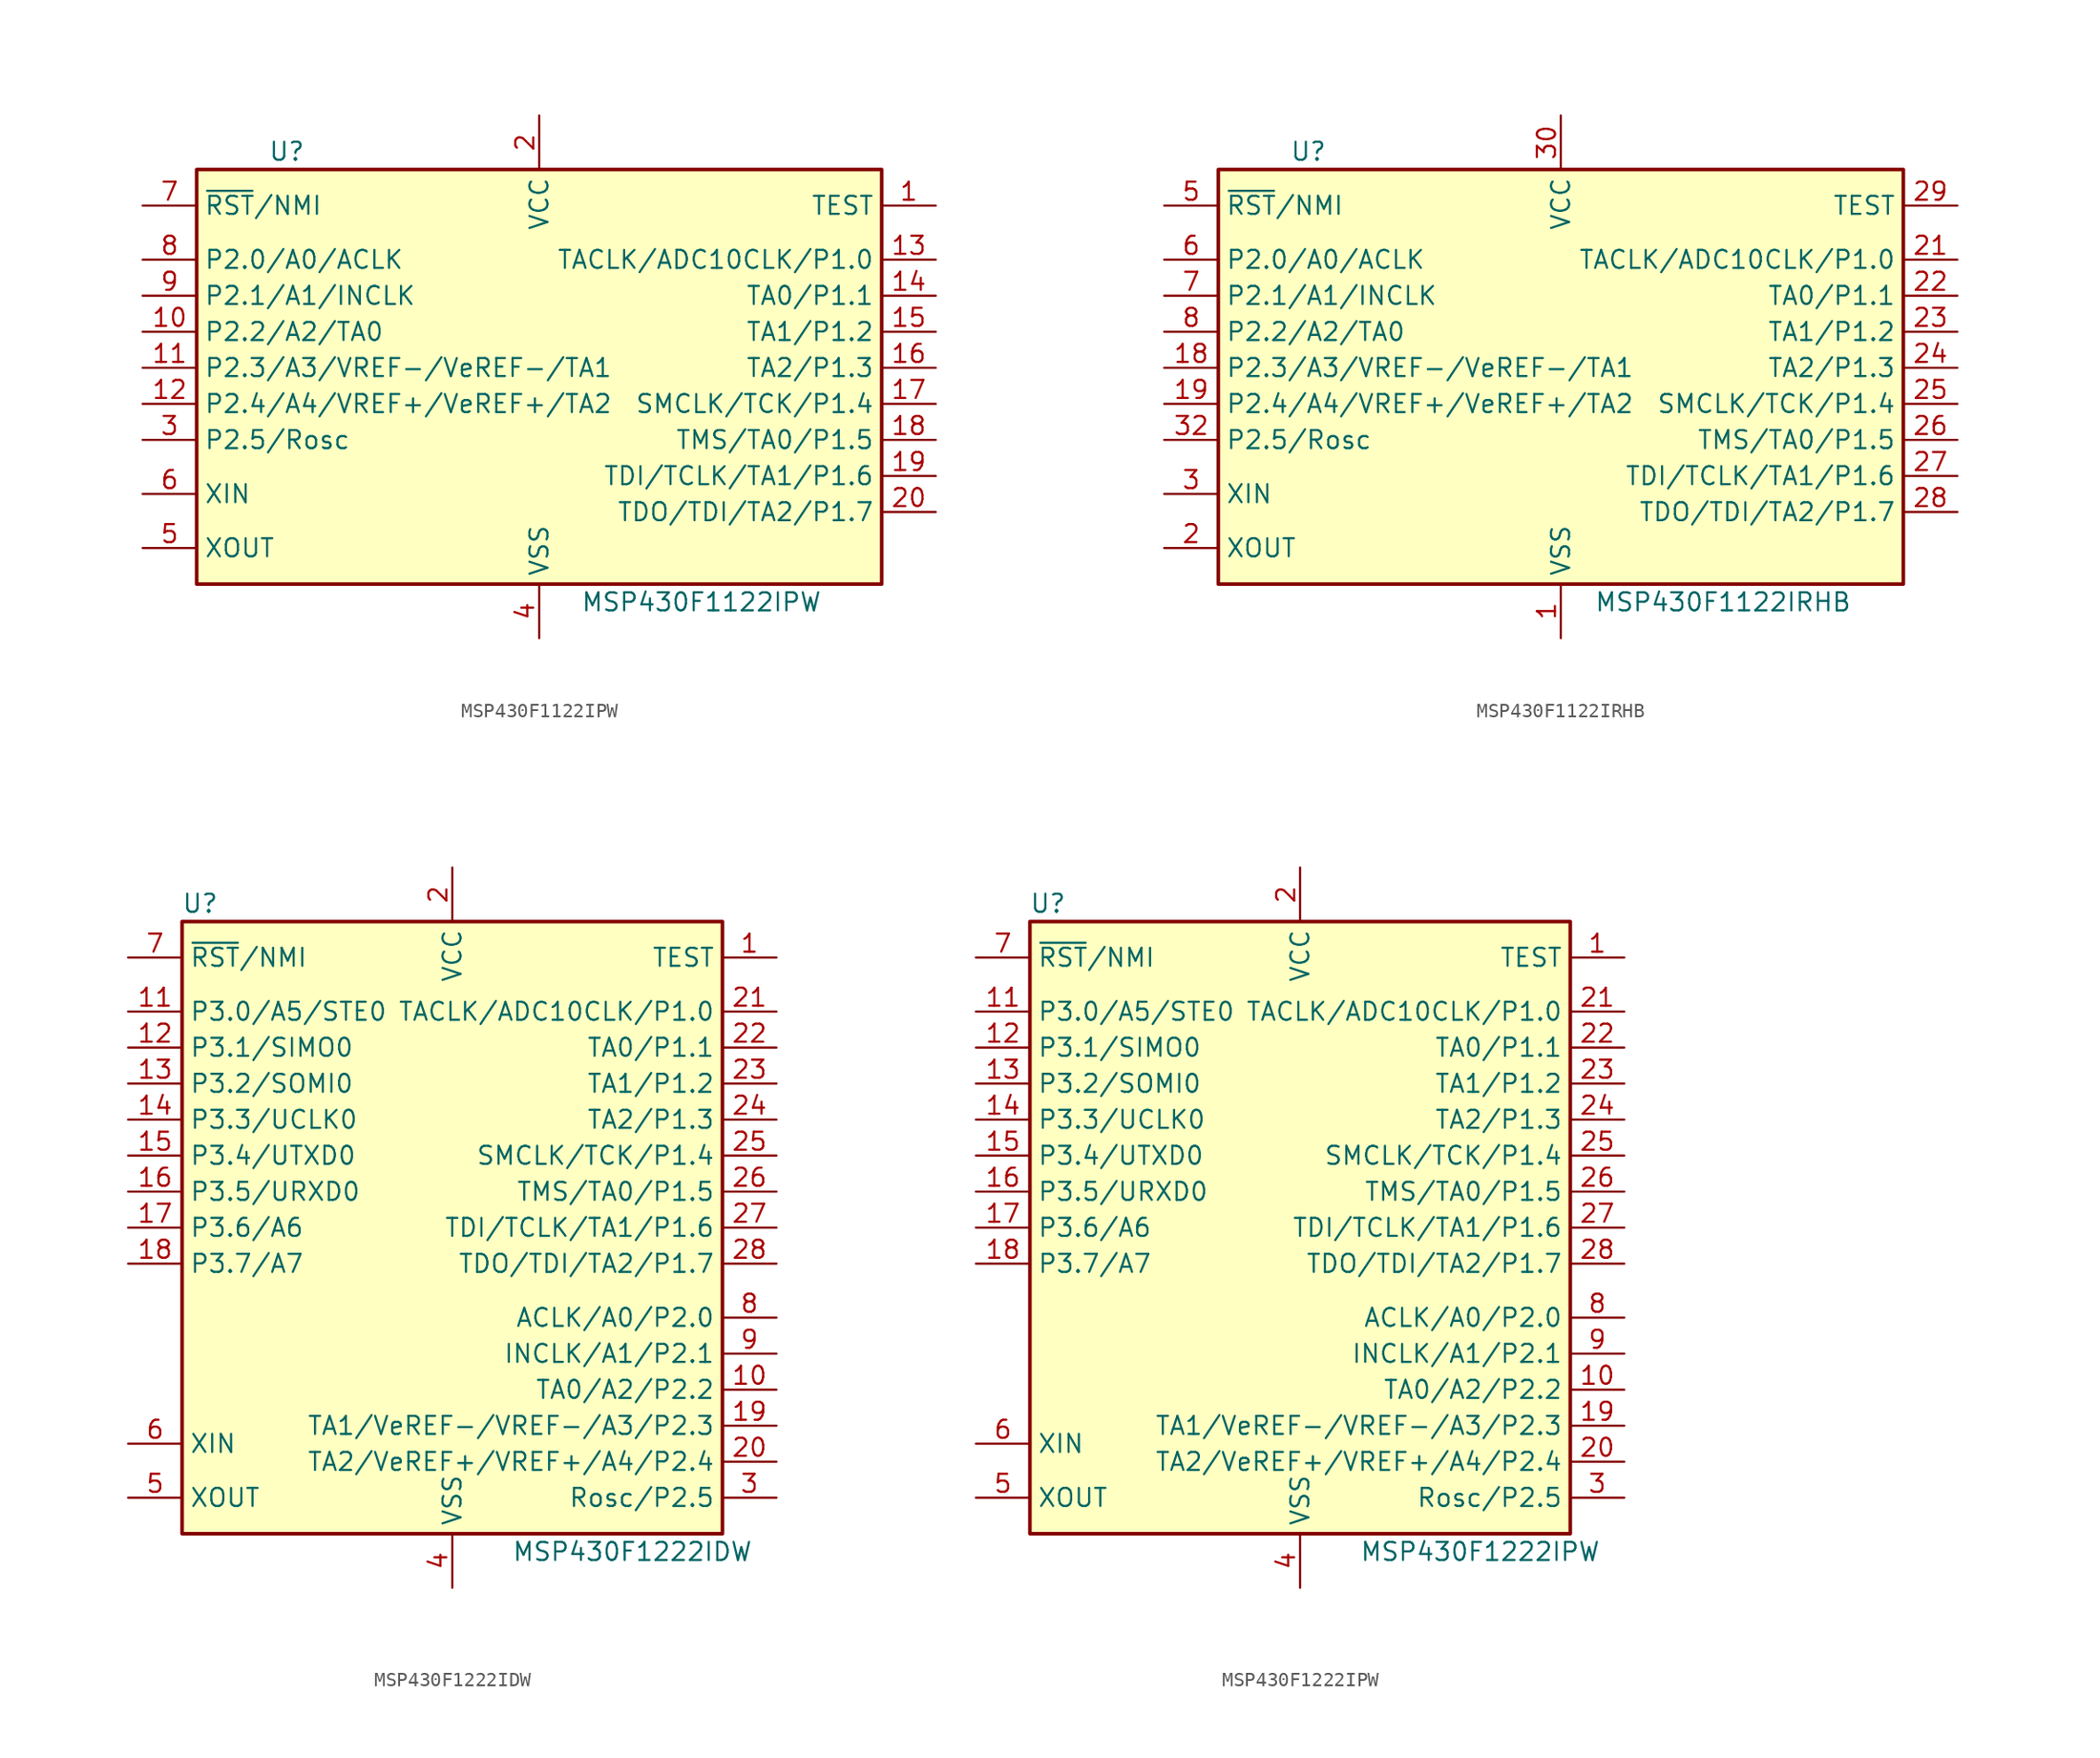
<source format=kicad_sym>
(kicad_symbol_lib
  (version 20241209)
  (generator "kicad_symbol_editor")
  (generator_version "9.0")
  (symbol "MSP430F1122IPW"
    (property "Reference" "U"
      (at -17.78 15.24 0)
      (effects (font (size 1.27 1.27))))
    (property "Value" "MSP430F1122IPW"
      (at 11.43 -16.51 0)
      (effects (font (size 1.27 1.27))))
    (symbol "MSP430F1122IPW_0_1"
      (rectangle (start -24.13 13.97) (end 24.13 -15.24) (stroke (width 0.254) (type default)) (fill (type background))))
    (symbol "MSP430F1122IPW_1_1"
      (pin input line (at -27.94 11.43 0) (length 3.81) (name "~{RST}/NMI" (effects (font (size 1.27 1.27)))) (number "7" (effects (font (size 1.27 1.27)))))
      (pin bidirectional line (at -27.94 7.62 0) (length 3.81) (name "P2.0/A0/ACLK" (effects (font (size 1.27 1.27)))) (number "8" (effects (font (size 1.27 1.27)))))
      (pin bidirectional line (at -27.94 5.08 0) (length 3.81) (name "P2.1/A1/INCLK" (effects (font (size 1.27 1.27)))) (number "9" (effects (font (size 1.27 1.27)))))
      (pin bidirectional line (at -27.94 2.54 0) (length 3.81) (name "P2.2/A2/TA0" (effects (font (size 1.27 1.27)))) (number "10" (effects (font (size 1.27 1.27)))))
      (pin bidirectional line (at -27.94 0 0) (length 3.81) (name "P2.3/A3/VREF-/VeREF-/TA1" (effects (font (size 1.27 1.27)))) (number "11" (effects (font (size 1.27 1.27)))))
      (pin bidirectional line (at -27.94 -2.54 0) (length 3.81) (name "P2.4/A4/VREF+/VeREF+/TA2" (effects (font (size 1.27 1.27)))) (number "12" (effects (font (size 1.27 1.27)))))
      (pin bidirectional line (at -27.94 -5.08 0) (length 3.81) (name "P2.5/Rosc" (effects (font (size 1.27 1.27)))) (number "3" (effects (font (size 1.27 1.27)))))
      (pin input line (at -27.94 -8.89 0) (length 3.81) (name "XIN" (effects (font (size 1.27 1.27)))) (number "6" (effects (font (size 1.27 1.27)))))
      (pin output line (at -27.94 -12.7 0) (length 3.81) (name "XOUT" (effects (font (size 1.27 1.27)))) (number "5" (effects (font (size 1.27 1.27)))))
      (pin power_in line (at 0 17.78 270) (length 3.81) (name "VCC" (effects (font (size 1.27 1.27)))) (number "2" (effects (font (size 1.27 1.27)))))
      (pin power_in line (at 0 -19.05 90) (length 3.81) (name "VSS" (effects (font (size 1.27 1.27)))) (number "4" (effects (font (size 1.27 1.27)))))
      (pin input line (at 27.94 11.43 180) (length 3.81) (name "TEST" (effects (font (size 1.27 1.27)))) (number "1" (effects (font (size 1.27 1.27)))))
      (pin bidirectional line (at 27.94 7.62 180) (length 3.81) (name "TACLK/ADC10CLK/P1.0" (effects (font (size 1.27 1.27)))) (number "13" (effects (font (size 1.27 1.27)))))
      (pin bidirectional line (at 27.94 5.08 180) (length 3.81) (name "TA0/P1.1" (effects (font (size 1.27 1.27)))) (number "14" (effects (font (size 1.27 1.27)))))
      (pin bidirectional line (at 27.94 2.54 180) (length 3.81) (name "TA1/P1.2" (effects (font (size 1.27 1.27)))) (number "15" (effects (font (size 1.27 1.27)))))
      (pin bidirectional line (at 27.94 0 180) (length 3.81) (name "TA2/P1.3" (effects (font (size 1.27 1.27)))) (number "16" (effects (font (size 1.27 1.27)))))
      (pin bidirectional line (at 27.94 -2.54 180) (length 3.81) (name "SMCLK/TCK/P1.4" (effects (font (size 1.27 1.27)))) (number "17" (effects (font (size 1.27 1.27)))))
      (pin bidirectional line (at 27.94 -5.08 180) (length 3.81) (name "TMS/TA0/P1.5" (effects (font (size 1.27 1.27)))) (number "18" (effects (font (size 1.27 1.27)))))
      (pin bidirectional line (at 27.94 -7.62 180) (length 3.81) (name "TDI/TCLK/TA1/P1.6" (effects (font (size 1.27 1.27)))) (number "19" (effects (font (size 1.27 1.27)))))
      (pin bidirectional line (at 27.94 -10.16 180) (length 3.81) (name "TDO/TDI/TA2/P1.7" (effects (font (size 1.27 1.27)))) (number "20" (effects (font (size 1.27 1.27)))))))
  (symbol "MSP430F1122IRHB"
    (property "Reference" "U"
      (at -17.78 15.24 0)
      (effects (font (size 1.27 1.27))))
    (property "Value" "MSP430F1122IRHB"
      (at 11.43 -16.51 0)
      (effects (font (size 1.27 1.27))))
    (symbol "MSP430F1122IRHB_0_1"
      (rectangle (start -24.13 13.97) (end 24.13 -15.24) (stroke (width 0.254) (type default)) (fill (type background))))
    (symbol "MSP430F1122IRHB_1_1"
      (pin input line (at -27.94 11.43 0) (length 3.81) (name "~{RST}/NMI" (effects (font (size 1.27 1.27)))) (number "5" (effects (font (size 1.27 1.27)))))
      (pin bidirectional line (at -27.94 7.62 0) (length 3.81) (name "P2.0/A0/ACLK" (effects (font (size 1.27 1.27)))) (number "6" (effects (font (size 1.27 1.27)))))
      (pin bidirectional line (at -27.94 5.08 0) (length 3.81) (name "P2.1/A1/INCLK" (effects (font (size 1.27 1.27)))) (number "7" (effects (font (size 1.27 1.27)))))
      (pin bidirectional line (at -27.94 2.54 0) (length 3.81) (name "P2.2/A2/TA0" (effects (font (size 1.27 1.27)))) (number "8" (effects (font (size 1.27 1.27)))))
      (pin bidirectional line (at -27.94 0 0) (length 3.81) (name "P2.3/A3/VREF-/VeREF-/TA1" (effects (font (size 1.27 1.27)))) (number "18" (effects (font (size 1.27 1.27)))))
      (pin bidirectional line (at -27.94 -2.54 0) (length 3.81) (name "P2.4/A4/VREF+/VeREF+/TA2" (effects (font (size 1.27 1.27)))) (number "19" (effects (font (size 1.27 1.27)))))
      (pin bidirectional line (at -27.94 -5.08 0) (length 3.81) (name "P2.5/Rosc" (effects (font (size 1.27 1.27)))) (number "32" (effects (font (size 1.27 1.27)))))
      (pin input line (at -27.94 -8.89 0) (length 3.81) (name "XIN" (effects (font (size 1.27 1.27)))) (number "3" (effects (font (size 1.27 1.27)))))
      (pin output line (at -27.94 -12.7 0) (length 3.81) (name "XOUT" (effects (font (size 1.27 1.27)))) (number "2" (effects (font (size 1.27 1.27)))))
      (pin power_in line (at 0 17.78 270) (length 3.81) (name "VCC" (effects (font (size 1.27 1.27)))) (number "30" (effects (font (size 1.27 1.27)))))
      (pin power_in line (at 0 -19.05 90) (length 3.81) (name "VSS" (effects (font (size 1.27 1.27)))) (number "1" (effects (font (size 1.27 1.27)))))
      (pin input line (at 27.94 11.43 180) (length 3.81) (name "TEST" (effects (font (size 1.27 1.27)))) (number "29" (effects (font (size 1.27 1.27)))))
      (pin bidirectional line (at 27.94 7.62 180) (length 3.81) (name "TACLK/ADC10CLK/P1.0" (effects (font (size 1.27 1.27)))) (number "21" (effects (font (size 1.27 1.27)))))
      (pin bidirectional line (at 27.94 5.08 180) (length 3.81) (name "TA0/P1.1" (effects (font (size 1.27 1.27)))) (number "22" (effects (font (size 1.27 1.27)))))
      (pin bidirectional line (at 27.94 2.54 180) (length 3.81) (name "TA1/P1.2" (effects (font (size 1.27 1.27)))) (number "23" (effects (font (size 1.27 1.27)))))
      (pin bidirectional line (at 27.94 0 180) (length 3.81) (name "TA2/P1.3" (effects (font (size 1.27 1.27)))) (number "24" (effects (font (size 1.27 1.27)))))
      (pin bidirectional line (at 27.94 -2.54 180) (length 3.81) (name "SMCLK/TCK/P1.4" (effects (font (size 1.27 1.27)))) (number "25" (effects (font (size 1.27 1.27)))))
      (pin bidirectional line (at 27.94 -5.08 180) (length 3.81) (name "TMS/TA0/P1.5" (effects (font (size 1.27 1.27)))) (number "26" (effects (font (size 1.27 1.27)))))
      (pin bidirectional line (at 27.94 -7.62 180) (length 3.81) (name "TDI/TCLK/TA1/P1.6" (effects (font (size 1.27 1.27)))) (number "27" (effects (font (size 1.27 1.27)))))
      (pin bidirectional line (at 27.94 -10.16 180) (length 3.81) (name "TDO/TDI/TA2/P1.7" (effects (font (size 1.27 1.27)))) (number "28" (effects (font (size 1.27 1.27)))))))
  (symbol "MSP430F1222IDW"
    (property "Reference" "U"
      (at -17.78 22.86 0)
      (effects (font (size 1.27 1.27))))
    (property "Value" "MSP430F1222IDW"
      (at 12.7 -22.86 0)
      (effects (font (size 1.27 1.27))))
    (symbol "MSP430F1222IDW_0_1"
      (rectangle (start -19.05 21.59) (end 19.05 -21.59) (stroke (width 0.254) (type default)) (fill (type background))))
    (symbol "MSP430F1222IDW_1_1"
      (pin input line (at -22.86 19.05 0) (length 3.81) (name "~{RST}/NMI" (effects (font (size 1.27 1.27)))) (number "7" (effects (font (size 1.27 1.27)))))
      (pin bidirectional line (at -22.86 15.24 0) (length 3.81) (name "P3.0/A5/STE0" (effects (font (size 1.27 1.27)))) (number "11" (effects (font (size 1.27 1.27)))))
      (pin bidirectional line (at -22.86 12.7 0) (length 3.81) (name "P3.1/SIMO0" (effects (font (size 1.27 1.27)))) (number "12" (effects (font (size 1.27 1.27)))))
      (pin bidirectional line (at -22.86 10.16 0) (length 3.81) (name "P3.2/SOMI0" (effects (font (size 1.27 1.27)))) (number "13" (effects (font (size 1.27 1.27)))))
      (pin bidirectional line (at -22.86 7.62 0) (length 3.81) (name "P3.3/UCLK0" (effects (font (size 1.27 1.27)))) (number "14" (effects (font (size 1.27 1.27)))))
      (pin bidirectional line (at -22.86 5.08 0) (length 3.81) (name "P3.4/UTXD0" (effects (font (size 1.27 1.27)))) (number "15" (effects (font (size 1.27 1.27)))))
      (pin bidirectional line (at -22.86 2.54 0) (length 3.81) (name "P3.5/URXD0" (effects (font (size 1.27 1.27)))) (number "16" (effects (font (size 1.27 1.27)))))
      (pin bidirectional line (at -22.86 0 0) (length 3.81) (name "P3.6/A6" (effects (font (size 1.27 1.27)))) (number "17" (effects (font (size 1.27 1.27)))))
      (pin bidirectional line (at -22.86 -2.54 0) (length 3.81) (name "P3.7/A7" (effects (font (size 1.27 1.27)))) (number "18" (effects (font (size 1.27 1.27)))))
      (pin input line (at -22.86 -15.24 0) (length 3.81) (name "XIN" (effects (font (size 1.27 1.27)))) (number "6" (effects (font (size 1.27 1.27)))))
      (pin output line (at -22.86 -19.05 0) (length 3.81) (name "XOUT" (effects (font (size 1.27 1.27)))) (number "5" (effects (font (size 1.27 1.27)))))
      (pin power_in line (at 0 25.4 270) (length 3.81) (name "VCC" (effects (font (size 1.27 1.27)))) (number "2" (effects (font (size 1.27 1.27)))))
      (pin power_in line (at 0 -25.4 90) (length 3.81) (name "VSS" (effects (font (size 1.27 1.27)))) (number "4" (effects (font (size 1.27 1.27)))))
      (pin input line (at 22.86 19.05 180) (length 3.81) (name "TEST" (effects (font (size 1.27 1.27)))) (number "1" (effects (font (size 1.27 1.27)))))
      (pin bidirectional line (at 22.86 15.24 180) (length 3.81) (name "TACLK/ADC10CLK/P1.0" (effects (font (size 1.27 1.27)))) (number "21" (effects (font (size 1.27 1.27)))))
      (pin bidirectional line (at 22.86 12.7 180) (length 3.81) (name "TA0/P1.1" (effects (font (size 1.27 1.27)))) (number "22" (effects (font (size 1.27 1.27)))))
      (pin bidirectional line (at 22.86 10.16 180) (length 3.81) (name "TA1/P1.2" (effects (font (size 1.27 1.27)))) (number "23" (effects (font (size 1.27 1.27)))))
      (pin bidirectional line (at 22.86 7.62 180) (length 3.81) (name "TA2/P1.3" (effects (font (size 1.27 1.27)))) (number "24" (effects (font (size 1.27 1.27)))))
      (pin bidirectional line (at 22.86 5.08 180) (length 3.81) (name "SMCLK/TCK/P1.4" (effects (font (size 1.27 1.27)))) (number "25" (effects (font (size 1.27 1.27)))))
      (pin bidirectional line (at 22.86 2.54 180) (length 3.81) (name "TMS/TA0/P1.5" (effects (font (size 1.27 1.27)))) (number "26" (effects (font (size 1.27 1.27)))))
      (pin bidirectional line (at 22.86 0 180) (length 3.81) (name "TDI/TCLK/TA1/P1.6" (effects (font (size 1.27 1.27)))) (number "27" (effects (font (size 1.27 1.27)))))
      (pin bidirectional line (at 22.86 -2.54 180) (length 3.81) (name "TDO/TDI/TA2/P1.7" (effects (font (size 1.27 1.27)))) (number "28" (effects (font (size 1.27 1.27)))))
      (pin bidirectional line (at 22.86 -6.35 180) (length 3.81) (name "ACLK/A0/P2.0" (effects (font (size 1.27 1.27)))) (number "8" (effects (font (size 1.27 1.27)))))
      (pin bidirectional line (at 22.86 -8.89 180) (length 3.81) (name "INCLK/A1/P2.1" (effects (font (size 1.27 1.27)))) (number "9" (effects (font (size 1.27 1.27)))))
      (pin bidirectional line (at 22.86 -11.43 180) (length 3.81) (name "TA0/A2/P2.2" (effects (font (size 1.27 1.27)))) (number "10" (effects (font (size 1.27 1.27)))))
      (pin bidirectional line (at 22.86 -13.97 180) (length 3.81) (name "TA1/VeREF-/VREF-/A3/P2.3" (effects (font (size 1.27 1.27)))) (number "19" (effects (font (size 1.27 1.27)))))
      (pin bidirectional line (at 22.86 -16.51 180) (length 3.81) (name "TA2/VeREF+/VREF+/A4/P2.4" (effects (font (size 1.27 1.27)))) (number "20" (effects (font (size 1.27 1.27)))))
      (pin bidirectional line (at 22.86 -19.05 180) (length 3.81) (name "Rosc/P2.5" (effects (font (size 1.27 1.27)))) (number "3" (effects (font (size 1.27 1.27)))))))
  (symbol "MSP430F1222IPW"
    (property "Reference" "U"
      (at -17.78 22.86 0)
      (effects (font (size 1.27 1.27))))
    (property "Value" "MSP430F1222IPW"
      (at 12.7 -22.86 0)
      (effects (font (size 1.27 1.27))))
    (symbol "MSP430F1222IPW_0_1"
      (rectangle (start -19.05 21.59) (end 19.05 -21.59) (stroke (width 0.254) (type default)) (fill (type background))))
    (symbol "MSP430F1222IPW_1_1"
      (pin input line (at -22.86 19.05 0) (length 3.81) (name "~{RST}/NMI" (effects (font (size 1.27 1.27)))) (number "7" (effects (font (size 1.27 1.27)))))
      (pin bidirectional line (at -22.86 15.24 0) (length 3.81) (name "P3.0/A5/STE0" (effects (font (size 1.27 1.27)))) (number "11" (effects (font (size 1.27 1.27)))))
      (pin bidirectional line (at -22.86 12.7 0) (length 3.81) (name "P3.1/SIMO0" (effects (font (size 1.27 1.27)))) (number "12" (effects (font (size 1.27 1.27)))))
      (pin bidirectional line (at -22.86 10.16 0) (length 3.81) (name "P3.2/SOMI0" (effects (font (size 1.27 1.27)))) (number "13" (effects (font (size 1.27 1.27)))))
      (pin bidirectional line (at -22.86 7.62 0) (length 3.81) (name "P3.3/UCLK0" (effects (font (size 1.27 1.27)))) (number "14" (effects (font (size 1.27 1.27)))))
      (pin bidirectional line (at -22.86 5.08 0) (length 3.81) (name "P3.4/UTXD0" (effects (font (size 1.27 1.27)))) (number "15" (effects (font (size 1.27 1.27)))))
      (pin bidirectional line (at -22.86 2.54 0) (length 3.81) (name "P3.5/URXD0" (effects (font (size 1.27 1.27)))) (number "16" (effects (font (size 1.27 1.27)))))
      (pin bidirectional line (at -22.86 0 0) (length 3.81) (name "P3.6/A6" (effects (font (size 1.27 1.27)))) (number "17" (effects (font (size 1.27 1.27)))))
      (pin bidirectional line (at -22.86 -2.54 0) (length 3.81) (name "P3.7/A7" (effects (font (size 1.27 1.27)))) (number "18" (effects (font (size 1.27 1.27)))))
      (pin input line (at -22.86 -15.24 0) (length 3.81) (name "XIN" (effects (font (size 1.27 1.27)))) (number "6" (effects (font (size 1.27 1.27)))))
      (pin output line (at -22.86 -19.05 0) (length 3.81) (name "XOUT" (effects (font (size 1.27 1.27)))) (number "5" (effects (font (size 1.27 1.27)))))
      (pin power_in line (at 0 25.4 270) (length 3.81) (name "VCC" (effects (font (size 1.27 1.27)))) (number "2" (effects (font (size 1.27 1.27)))))
      (pin power_in line (at 0 -25.4 90) (length 3.81) (name "VSS" (effects (font (size 1.27 1.27)))) (number "4" (effects (font (size 1.27 1.27)))))
      (pin input line (at 22.86 19.05 180) (length 3.81) (name "TEST" (effects (font (size 1.27 1.27)))) (number "1" (effects (font (size 1.27 1.27)))))
      (pin bidirectional line (at 22.86 15.24 180) (length 3.81) (name "TACLK/ADC10CLK/P1.0" (effects (font (size 1.27 1.27)))) (number "21" (effects (font (size 1.27 1.27)))))
      (pin bidirectional line (at 22.86 12.7 180) (length 3.81) (name "TA0/P1.1" (effects (font (size 1.27 1.27)))) (number "22" (effects (font (size 1.27 1.27)))))
      (pin bidirectional line (at 22.86 10.16 180) (length 3.81) (name "TA1/P1.2" (effects (font (size 1.27 1.27)))) (number "23" (effects (font (size 1.27 1.27)))))
      (pin bidirectional line (at 22.86 7.62 180) (length 3.81) (name "TA2/P1.3" (effects (font (size 1.27 1.27)))) (number "24" (effects (font (size 1.27 1.27)))))
      (pin bidirectional line (at 22.86 5.08 180) (length 3.81) (name "SMCLK/TCK/P1.4" (effects (font (size 1.27 1.27)))) (number "25" (effects (font (size 1.27 1.27)))))
      (pin bidirectional line (at 22.86 2.54 180) (length 3.81) (name "TMS/TA0/P1.5" (effects (font (size 1.27 1.27)))) (number "26" (effects (font (size 1.27 1.27)))))
      (pin bidirectional line (at 22.86 0 180) (length 3.81) (name "TDI/TCLK/TA1/P1.6" (effects (font (size 1.27 1.27)))) (number "27" (effects (font (size 1.27 1.27)))))
      (pin bidirectional line (at 22.86 -2.54 180) (length 3.81) (name "TDO/TDI/TA2/P1.7" (effects (font (size 1.27 1.27)))) (number "28" (effects (font (size 1.27 1.27)))))
      (pin bidirectional line (at 22.86 -6.35 180) (length 3.81) (name "ACLK/A0/P2.0" (effects (font (size 1.27 1.27)))) (number "8" (effects (font (size 1.27 1.27)))))
      (pin bidirectional line (at 22.86 -8.89 180) (length 3.81) (name "INCLK/A1/P2.1" (effects (font (size 1.27 1.27)))) (number "9" (effects (font (size 1.27 1.27)))))
      (pin bidirectional line (at 22.86 -11.43 180) (length 3.81) (name "TA0/A2/P2.2" (effects (font (size 1.27 1.27)))) (number "10" (effects (font (size 1.27 1.27)))))
      (pin bidirectional line (at 22.86 -13.97 180) (length 3.81) (name "TA1/VeREF-/VREF-/A3/P2.3" (effects (font (size 1.27 1.27)))) (number "19" (effects (font (size 1.27 1.27)))))
      (pin bidirectional line (at 22.86 -16.51 180) (length 3.81) (name "TA2/VeREF+/VREF+/A4/P2.4" (effects (font (size 1.27 1.27)))) (number "20" (effects (font (size 1.27 1.27)))))
      (pin bidirectional line (at 22.86 -19.05 180) (length 3.81) (name "Rosc/P2.5" (effects (font (size 1.27 1.27)))) (number "3" (effects (font (size 1.27 1.27))))))))
</source>
